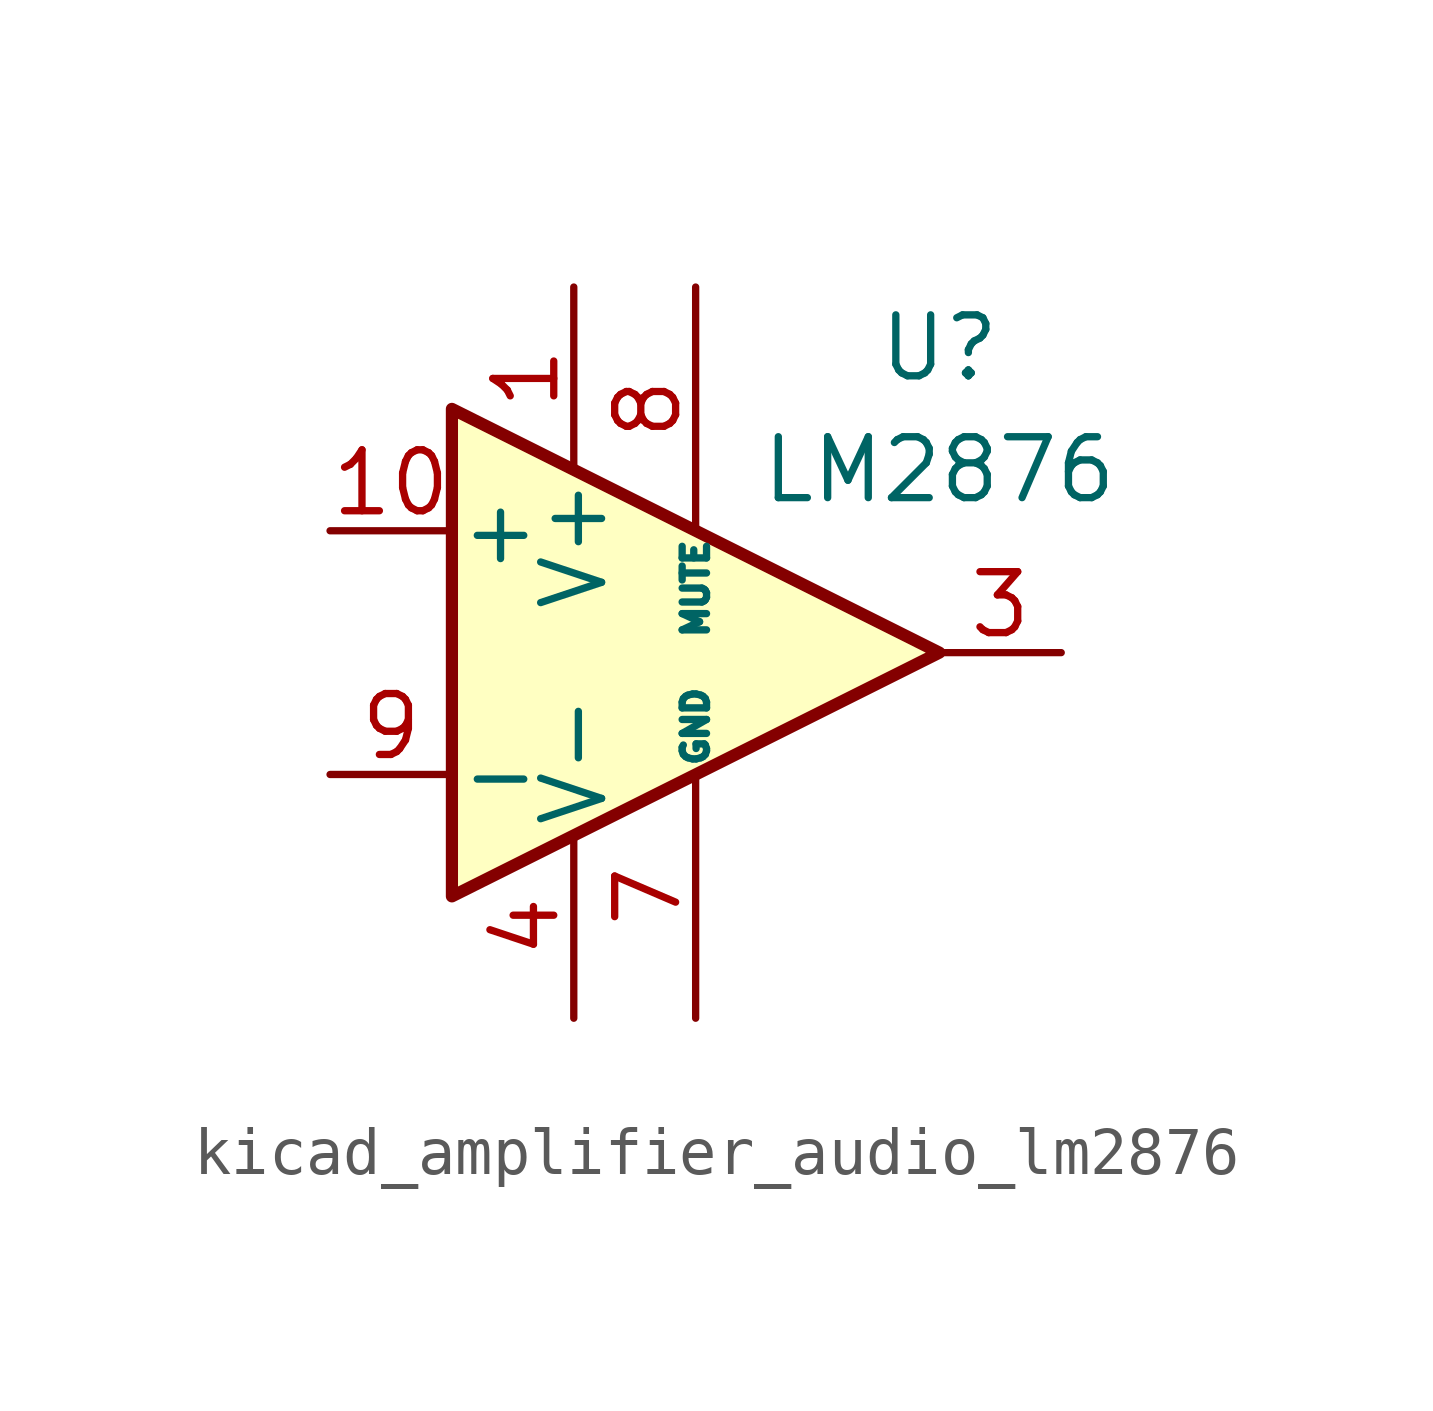
<source format=kicad_sym>
(kicad_symbol_lib
  (version 20220914)
  (generator kicad_symbol_editor)
  (symbol "kicad_amplifier_audio_lm2876"
    (pin_names
      (offset 0.127))
    (property "Reference" "U"
      (at 5.08 6.35 0)
      (effects (font (size 1.27 1.27))))
    (property "Value" "LM2876"
      (at 5.08 3.81 0)
      (effects (font (size 1.27 1.27))))
    (symbol "kicad_amplifier_audio_lm2876_0_1"
      (polyline (pts (xy -5.08 5.08) (xy 5.08 0) (xy -5.08 -5.08) (xy -5.08 5.08)) (stroke (width 0.254) (type default)) (fill (type background))))
    (symbol "kicad_amplifier_audio_lm2876_1_1"
      (pin power_in line (at -2.54 7.62 270) (length 3.81) (name "V+" (effects (font (size 1.27 1.27)))) (number "1" (effects (font (size 1.27 1.27)))))
      (pin input line (at -7.62 2.54 0) (length 2.54) (name "+" (effects (font (size 1.27 1.27)))) (number "10" (effects (font (size 1.27 1.27)))))
      (pin no_connect line (at -5.08 5.08 270) (length 2.54) hide (name "NC" (effects (font (size 1.27 1.27)))) (number "11" (effects (font (size 1.27 1.27)))))
      (pin no_connect line (at -2.54 3.81 270) (length 2.54) hide (name "NC" (effects (font (size 1.27 1.27)))) (number "2" (effects (font (size 1.27 1.27)))))
      (pin output line (at 7.62 0 180) (length 2.54) (name "~" (effects (font (size 1.27 1.27)))) (number "3" (effects (font (size 1.27 1.27)))))
      (pin power_in line (at -2.54 -7.62 90) (length 3.81) (name "V-" (effects (font (size 1.27 1.27)))) (number "4" (effects (font (size 1.27 1.27)))))
      (pin no_connect line (at -2.54 -3.81 270) (length 3.81) hide (name "NC" (effects (font (size 1.27 1.27)))) (number "5" (effects (font (size 1.27 1.27)))))
      (pin no_connect line (at -5.08 -5.08 90) (length 2.54) hide (name "NC" (effects (font (size 1.27 1.27)))) (number "6" (effects (font (size 1.27 1.27)))))
      (pin power_in line (at 0 -7.62 90) (length 5.08) (name "GND" (effects (font (size 0.508 0.508)))) (number "7" (effects (font (size 1.27 1.27)))))
      (pin input line (at 0 7.62 270) (length 5.08) (name "MUTE" (effects (font (size 0.508 0.508)))) (number "8" (effects (font (size 1.27 1.27)))))
      (pin input line (at -7.62 -2.54 0) (length 2.54) (name "-" (effects (font (size 1.27 1.27)))) (number "9" (effects (font (size 1.27 1.27))))))))
</source>
